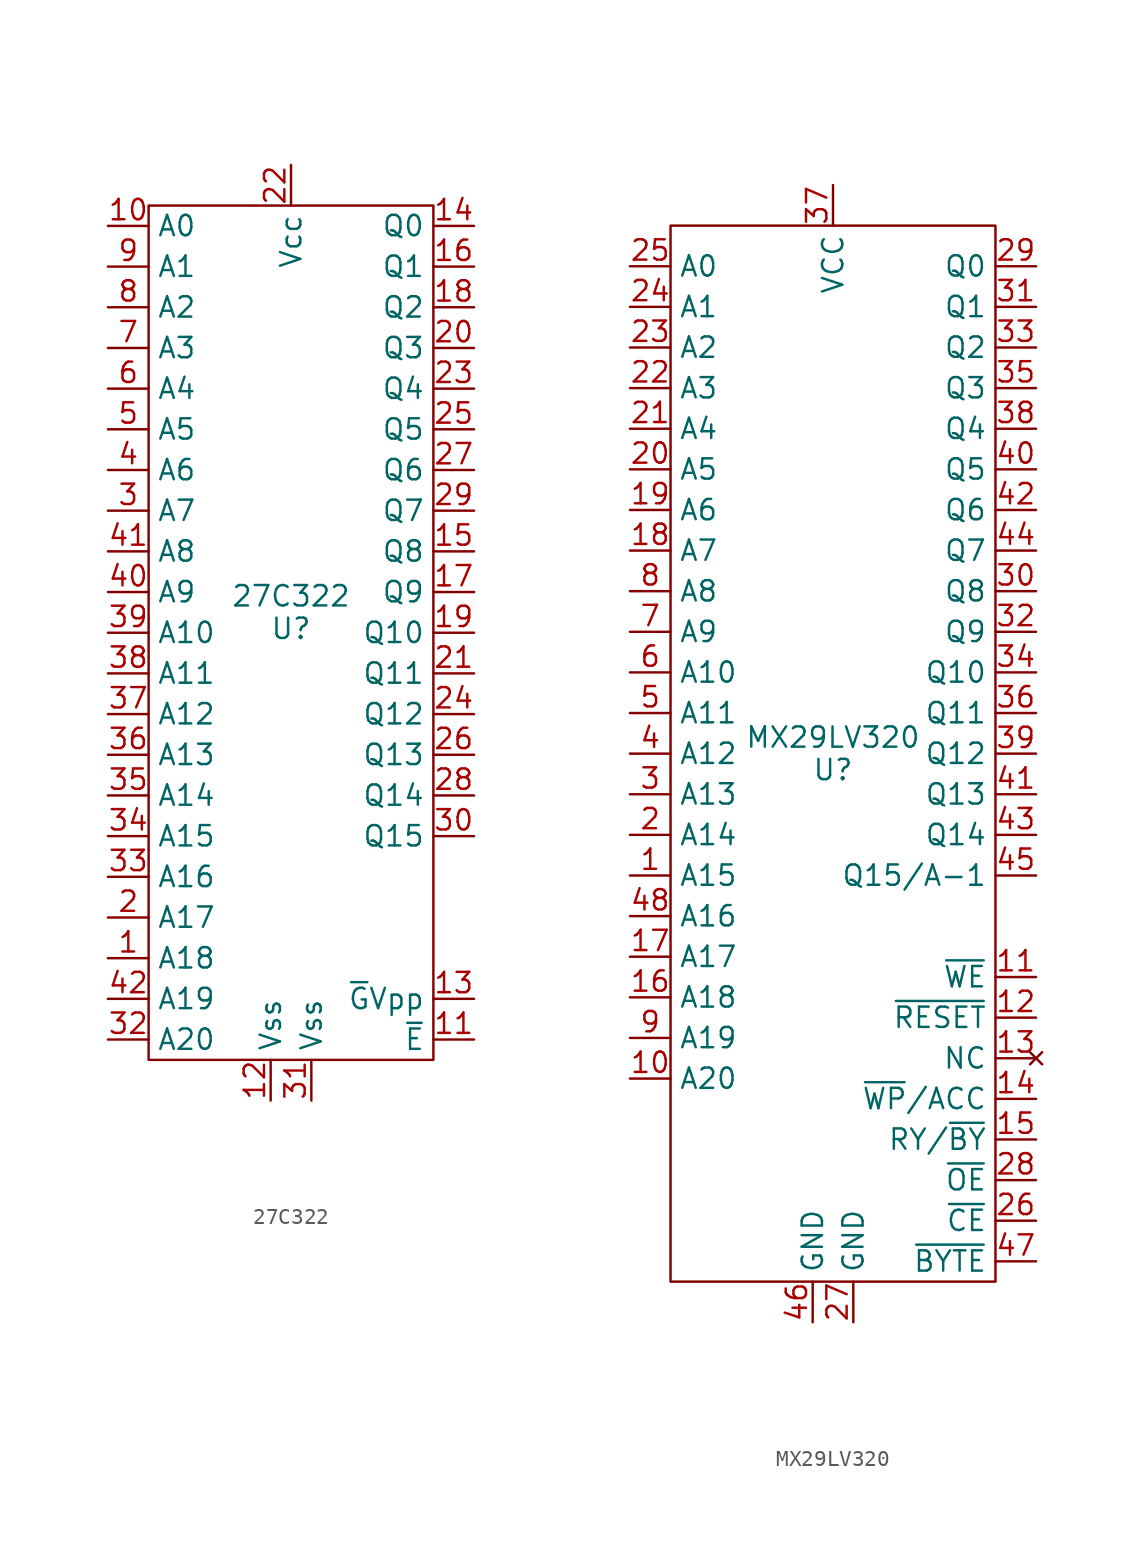
<source format=kicad_sym>
(kicad_symbol_lib
  (version 20231120)
  (generator "kicad_symbol_editor")
  (generator_version "8.0")
  (symbol "27C322"
    (property "Reference" "U"
      (at 0 -1.016 0)
      (effects (font (size 1.27 1.27))))
    (property "Value" "27C322"
      (at 0 1.016 0)
      (effects (font (size 1.27 1.27))))
    (symbol "27C322_0_1"
      (rectangle (start -8.89 25.4) (end 8.89 -27.94) (stroke (width 0) (type default)) (fill (type none))))
    (symbol "27C322_1_1"
      (pin input line (at -11.43 -21.59 0) (length 2.54) (name "A18" (effects (font (size 1.27 1.27)))) (number "1" (effects (font (size 1.27 1.27)))))
      (pin input line (at -11.43 24.13 0) (length 2.54) (name "A0" (effects (font (size 1.27 1.27)))) (number "10" (effects (font (size 1.27 1.27)))))
      (pin input line (at 11.43 -26.67 180) (length 2.54) (name "~{E}" (effects (font (size 1.27 1.27)))) (number "11" (effects (font (size 1.27 1.27)))))
      (pin power_in line (at -1.27 -30.48 90) (length 2.54) (name "Vss" (effects (font (size 1.27 1.27)))) (number "12" (effects (font (size 1.27 1.27)))))
      (pin input line (at 11.43 -24.13 180) (length 2.54) (name "~{G}Vpp" (effects (font (size 1.27 1.27)))) (number "13" (effects (font (size 1.27 1.27)))))
      (pin tri_state line (at 11.43 24.13 180) (length 2.54) (name "Q0" (effects (font (size 1.27 1.27)))) (number "14" (effects (font (size 1.27 1.27)))))
      (pin tri_state line (at 11.43 3.81 180) (length 2.54) (name "Q8" (effects (font (size 1.27 1.27)))) (number "15" (effects (font (size 1.27 1.27)))))
      (pin tri_state line (at 11.43 21.59 180) (length 2.54) (name "Q1" (effects (font (size 1.27 1.27)))) (number "16" (effects (font (size 1.27 1.27)))))
      (pin tri_state line (at 11.43 1.27 180) (length 2.54) (name "Q9" (effects (font (size 1.27 1.27)))) (number "17" (effects (font (size 1.27 1.27)))))
      (pin tri_state line (at 11.43 19.05 180) (length 2.54) (name "Q2" (effects (font (size 1.27 1.27)))) (number "18" (effects (font (size 1.27 1.27)))))
      (pin tri_state line (at 11.43 -1.27 180) (length 2.54) (name "Q10" (effects (font (size 1.27 1.27)))) (number "19" (effects (font (size 1.27 1.27)))))
      (pin input line (at -11.43 -19.05 0) (length 2.54) (name "A17" (effects (font (size 1.27 1.27)))) (number "2" (effects (font (size 1.27 1.27)))))
      (pin tri_state line (at 11.43 16.51 180) (length 2.54) (name "Q3" (effects (font (size 1.27 1.27)))) (number "20" (effects (font (size 1.27 1.27)))))
      (pin tri_state line (at 11.43 -3.81 180) (length 2.54) (name "Q11" (effects (font (size 1.27 1.27)))) (number "21" (effects (font (size 1.27 1.27)))))
      (pin power_in line (at 0 27.94 270) (length 2.54) (name "Vcc" (effects (font (size 1.27 1.27)))) (number "22" (effects (font (size 1.27 1.27)))))
      (pin tri_state line (at 11.43 13.97 180) (length 2.54) (name "Q4" (effects (font (size 1.27 1.27)))) (number "23" (effects (font (size 1.27 1.27)))))
      (pin tri_state line (at 11.43 -6.35 180) (length 2.54) (name "Q12" (effects (font (size 1.27 1.27)))) (number "24" (effects (font (size 1.27 1.27)))))
      (pin tri_state line (at 11.43 11.43 180) (length 2.54) (name "Q5" (effects (font (size 1.27 1.27)))) (number "25" (effects (font (size 1.27 1.27)))))
      (pin tri_state line (at 11.43 -8.89 180) (length 2.54) (name "Q13" (effects (font (size 1.27 1.27)))) (number "26" (effects (font (size 1.27 1.27)))))
      (pin tri_state line (at 11.43 8.89 180) (length 2.54) (name "Q6" (effects (font (size 1.27 1.27)))) (number "27" (effects (font (size 1.27 1.27)))))
      (pin tri_state line (at 11.43 -11.43 180) (length 2.54) (name "Q14" (effects (font (size 1.27 1.27)))) (number "28" (effects (font (size 1.27 1.27)))))
      (pin tri_state line (at 11.43 6.35 180) (length 2.54) (name "Q7" (effects (font (size 1.27 1.27)))) (number "29" (effects (font (size 1.27 1.27)))))
      (pin input line (at -11.43 6.35 0) (length 2.54) (name "A7" (effects (font (size 1.27 1.27)))) (number "3" (effects (font (size 1.27 1.27)))))
      (pin tri_state line (at 11.43 -13.97 180) (length 2.54) (name "Q15" (effects (font (size 1.27 1.27)))) (number "30" (effects (font (size 1.27 1.27)))))
      (pin power_in line (at 1.27 -30.48 90) (length 2.54) (name "Vss" (effects (font (size 1.27 1.27)))) (number "31" (effects (font (size 1.27 1.27)))))
      (pin input line (at -11.43 -26.67 0) (length 2.54) (name "A20" (effects (font (size 1.27 1.27)))) (number "32" (effects (font (size 1.27 1.27)))))
      (pin input line (at -11.43 -16.51 0) (length 2.54) (name "A16" (effects (font (size 1.27 1.27)))) (number "33" (effects (font (size 1.27 1.27)))))
      (pin input line (at -11.43 -13.97 0) (length 2.54) (name "A15" (effects (font (size 1.27 1.27)))) (number "34" (effects (font (size 1.27 1.27)))))
      (pin input line (at -11.43 -11.43 0) (length 2.54) (name "A14" (effects (font (size 1.27 1.27)))) (number "35" (effects (font (size 1.27 1.27)))))
      (pin input line (at -11.43 -8.89 0) (length 2.54) (name "A13" (effects (font (size 1.27 1.27)))) (number "36" (effects (font (size 1.27 1.27)))))
      (pin input line (at -11.43 -6.35 0) (length 2.54) (name "A12" (effects (font (size 1.27 1.27)))) (number "37" (effects (font (size 1.27 1.27)))))
      (pin input line (at -11.43 -3.81 0) (length 2.54) (name "A11" (effects (font (size 1.27 1.27)))) (number "38" (effects (font (size 1.27 1.27)))))
      (pin input line (at -11.43 -1.27 0) (length 2.54) (name "A10" (effects (font (size 1.27 1.27)))) (number "39" (effects (font (size 1.27 1.27)))))
      (pin input line (at -11.43 8.89 0) (length 2.54) (name "A6" (effects (font (size 1.27 1.27)))) (number "4" (effects (font (size 1.27 1.27)))))
      (pin input line (at -11.43 1.27 0) (length 2.54) (name "A9" (effects (font (size 1.27 1.27)))) (number "40" (effects (font (size 1.27 1.27)))))
      (pin input line (at -11.43 3.81 0) (length 2.54) (name "A8" (effects (font (size 1.27 1.27)))) (number "41" (effects (font (size 1.27 1.27)))))
      (pin input line (at -11.43 -24.13 0) (length 2.54) (name "A19" (effects (font (size 1.27 1.27)))) (number "42" (effects (font (size 1.27 1.27)))))
      (pin input line (at -11.43 11.43 0) (length 2.54) (name "A5" (effects (font (size 1.27 1.27)))) (number "5" (effects (font (size 1.27 1.27)))))
      (pin input line (at -11.43 13.97 0) (length 2.54) (name "A4" (effects (font (size 1.27 1.27)))) (number "6" (effects (font (size 1.27 1.27)))))
      (pin input line (at -11.43 16.51 0) (length 2.54) (name "A3" (effects (font (size 1.27 1.27)))) (number "7" (effects (font (size 1.27 1.27)))))
      (pin input line (at -11.43 19.05 0) (length 2.54) (name "A2" (effects (font (size 1.27 1.27)))) (number "8" (effects (font (size 1.27 1.27)))))
      (pin input line (at -11.43 21.59 0) (length 2.54) (name "A1" (effects (font (size 1.27 1.27)))) (number "9" (effects (font (size 1.27 1.27)))))))
  (symbol "MX29LV320"
    (property "Reference" "U"
      (at 0 -1.016 0)
      (effects (font (size 1.27 1.27))))
    (property "Value" "MX29LV320"
      (at 0 1.016 0)
      (effects (font (size 1.27 1.27))))
    (symbol "MX29LV320_0_1"
      (rectangle (start -10.16 33.02) (end 10.16 -33.02) (stroke (width 0) (type default)) (fill (type none))))
    (symbol "MX29LV320_1_1"
      (pin input line (at -12.7 -7.62 0) (length 2.54) (name "A15" (effects (font (size 1.27 1.27)))) (number "1" (effects (font (size 1.27 1.27)))))
      (pin input line (at -12.7 -20.32 0) (length 2.54) (name "A20" (effects (font (size 1.27 1.27)))) (number "10" (effects (font (size 1.27 1.27)))))
      (pin input line (at 12.7 -13.97 180) (length 2.54) (name "~{WE}" (effects (font (size 1.27 1.27)))) (number "11" (effects (font (size 1.27 1.27)))))
      (pin bidirectional line (at 12.7 -16.51 180) (length 2.54) (name "~{RESET}" (effects (font (size 1.27 1.27)))) (number "12" (effects (font (size 1.27 1.27)))))
      (pin no_connect line (at 12.7 -19.05 180) (length 2.54) (name "NC" (effects (font (size 1.27 1.27)))) (number "13" (effects (font (size 1.27 1.27)))))
      (pin bidirectional line (at 12.7 -21.59 180) (length 2.54) (name "~{WP}/ACC" (effects (font (size 1.27 1.27)))) (number "14" (effects (font (size 1.27 1.27)))))
      (pin bidirectional line (at 12.7 -24.13 180) (length 2.54) (name "RY/~{BY}" (effects (font (size 1.27 1.27)))) (number "15" (effects (font (size 1.27 1.27)))))
      (pin input line (at -12.7 -15.24 0) (length 2.54) (name "A18" (effects (font (size 1.27 1.27)))) (number "16" (effects (font (size 1.27 1.27)))))
      (pin input line (at -12.7 -12.7 0) (length 2.54) (name "A17" (effects (font (size 1.27 1.27)))) (number "17" (effects (font (size 1.27 1.27)))))
      (pin input line (at -12.7 12.7 0) (length 2.54) (name "A7" (effects (font (size 1.27 1.27)))) (number "18" (effects (font (size 1.27 1.27)))))
      (pin input line (at -12.7 15.24 0) (length 2.54) (name "A6" (effects (font (size 1.27 1.27)))) (number "19" (effects (font (size 1.27 1.27)))))
      (pin input line (at -12.7 -5.08 0) (length 2.54) (name "A14" (effects (font (size 1.27 1.27)))) (number "2" (effects (font (size 1.27 1.27)))))
      (pin input line (at -12.7 17.78 0) (length 2.54) (name "A5" (effects (font (size 1.27 1.27)))) (number "20" (effects (font (size 1.27 1.27)))))
      (pin input line (at -12.7 20.32 0) (length 2.54) (name "A4" (effects (font (size 1.27 1.27)))) (number "21" (effects (font (size 1.27 1.27)))))
      (pin input line (at -12.7 22.86 0) (length 2.54) (name "A3" (effects (font (size 1.27 1.27)))) (number "22" (effects (font (size 1.27 1.27)))))
      (pin input line (at -12.7 25.4 0) (length 2.54) (name "A2" (effects (font (size 1.27 1.27)))) (number "23" (effects (font (size 1.27 1.27)))))
      (pin input line (at -12.7 27.94 0) (length 2.54) (name "A1" (effects (font (size 1.27 1.27)))) (number "24" (effects (font (size 1.27 1.27)))))
      (pin input line (at -12.7 30.48 0) (length 2.54) (name "A0" (effects (font (size 1.27 1.27)))) (number "25" (effects (font (size 1.27 1.27)))))
      (pin input line (at 12.7 -29.21 180) (length 2.54) (name "~{CE}" (effects (font (size 1.27 1.27)))) (number "26" (effects (font (size 1.27 1.27)))))
      (pin power_out line (at 1.27 -35.56 90) (length 2.54) (name "GND" (effects (font (size 1.27 1.27)))) (number "27" (effects (font (size 1.27 1.27)))))
      (pin input line (at 12.7 -26.67 180) (length 2.54) (name "~{OE}" (effects (font (size 1.27 1.27)))) (number "28" (effects (font (size 1.27 1.27)))))
      (pin tri_state line (at 12.7 30.48 180) (length 2.54) (name "Q0" (effects (font (size 1.27 1.27)))) (number "29" (effects (font (size 1.27 1.27)))))
      (pin input line (at -12.7 -2.54 0) (length 2.54) (name "A13" (effects (font (size 1.27 1.27)))) (number "3" (effects (font (size 1.27 1.27)))))
      (pin tri_state line (at 12.7 10.16 180) (length 2.54) (name "Q8" (effects (font (size 1.27 1.27)))) (number "30" (effects (font (size 1.27 1.27)))))
      (pin tri_state line (at 12.7 27.94 180) (length 2.54) (name "Q1" (effects (font (size 1.27 1.27)))) (number "31" (effects (font (size 1.27 1.27)))))
      (pin tri_state line (at 12.7 7.62 180) (length 2.54) (name "Q9" (effects (font (size 1.27 1.27)))) (number "32" (effects (font (size 1.27 1.27)))))
      (pin tri_state line (at 12.7 25.4 180) (length 2.54) (name "Q2" (effects (font (size 1.27 1.27)))) (number "33" (effects (font (size 1.27 1.27)))))
      (pin tri_state line (at 12.7 5.08 180) (length 2.54) (name "Q10" (effects (font (size 1.27 1.27)))) (number "34" (effects (font (size 1.27 1.27)))))
      (pin tri_state line (at 12.7 22.86 180) (length 2.54) (name "Q3" (effects (font (size 1.27 1.27)))) (number "35" (effects (font (size 1.27 1.27)))))
      (pin tri_state line (at 12.7 2.54 180) (length 2.54) (name "Q11" (effects (font (size 1.27 1.27)))) (number "36" (effects (font (size 1.27 1.27)))))
      (pin power_in line (at 0 35.56 270) (length 2.54) (name "VCC" (effects (font (size 1.27 1.27)))) (number "37" (effects (font (size 1.27 1.27)))))
      (pin tri_state line (at 12.7 20.32 180) (length 2.54) (name "Q4" (effects (font (size 1.27 1.27)))) (number "38" (effects (font (size 1.27 1.27)))))
      (pin tri_state line (at 12.7 0 180) (length 2.54) (name "Q12" (effects (font (size 1.27 1.27)))) (number "39" (effects (font (size 1.27 1.27)))))
      (pin input line (at -12.7 0 0) (length 2.54) (name "A12" (effects (font (size 1.27 1.27)))) (number "4" (effects (font (size 1.27 1.27)))))
      (pin tri_state line (at 12.7 17.78 180) (length 2.54) (name "Q5" (effects (font (size 1.27 1.27)))) (number "40" (effects (font (size 1.27 1.27)))))
      (pin tri_state line (at 12.7 -2.54 180) (length 2.54) (name "Q13" (effects (font (size 1.27 1.27)))) (number "41" (effects (font (size 1.27 1.27)))))
      (pin tri_state line (at 12.7 15.24 180) (length 2.54) (name "Q6" (effects (font (size 1.27 1.27)))) (number "42" (effects (font (size 1.27 1.27)))))
      (pin tri_state line (at 12.7 -5.08 180) (length 2.54) (name "Q14" (effects (font (size 1.27 1.27)))) (number "43" (effects (font (size 1.27 1.27)))))
      (pin tri_state line (at 12.7 12.7 180) (length 2.54) (name "Q7" (effects (font (size 1.27 1.27)))) (number "44" (effects (font (size 1.27 1.27)))))
      (pin tri_state line (at 12.7 -7.62 180) (length 2.54) (name "Q15/A-1" (effects (font (size 1.27 1.27)))) (number "45" (effects (font (size 1.27 1.27)))))
      (pin power_in line (at -1.27 -35.56 90) (length 2.54) (name "GND" (effects (font (size 1.27 1.27)))) (number "46" (effects (font (size 1.27 1.27)))))
      (pin bidirectional line (at 12.7 -31.75 180) (length 2.54) (name "~{BYTE}" (effects (font (size 1.27 1.27)))) (number "47" (effects (font (size 1.27 1.27)))))
      (pin input line (at -12.7 -10.16 0) (length 2.54) (name "A16" (effects (font (size 1.27 1.27)))) (number "48" (effects (font (size 1.27 1.27)))))
      (pin input line (at -12.7 2.54 0) (length 2.54) (name "A11" (effects (font (size 1.27 1.27)))) (number "5" (effects (font (size 1.27 1.27)))))
      (pin input line (at -12.7 5.08 0) (length 2.54) (name "A10" (effects (font (size 1.27 1.27)))) (number "6" (effects (font (size 1.27 1.27)))))
      (pin input line (at -12.7 7.62 0) (length 2.54) (name "A9" (effects (font (size 1.27 1.27)))) (number "7" (effects (font (size 1.27 1.27)))))
      (pin input line (at -12.7 10.16 0) (length 2.54) (name "A8" (effects (font (size 1.27 1.27)))) (number "8" (effects (font (size 1.27 1.27)))))
      (pin input line (at -12.7 -17.78 0) (length 2.54) (name "A19" (effects (font (size 1.27 1.27)))) (number "9" (effects (font (size 1.27 1.27))))))))
</source>
